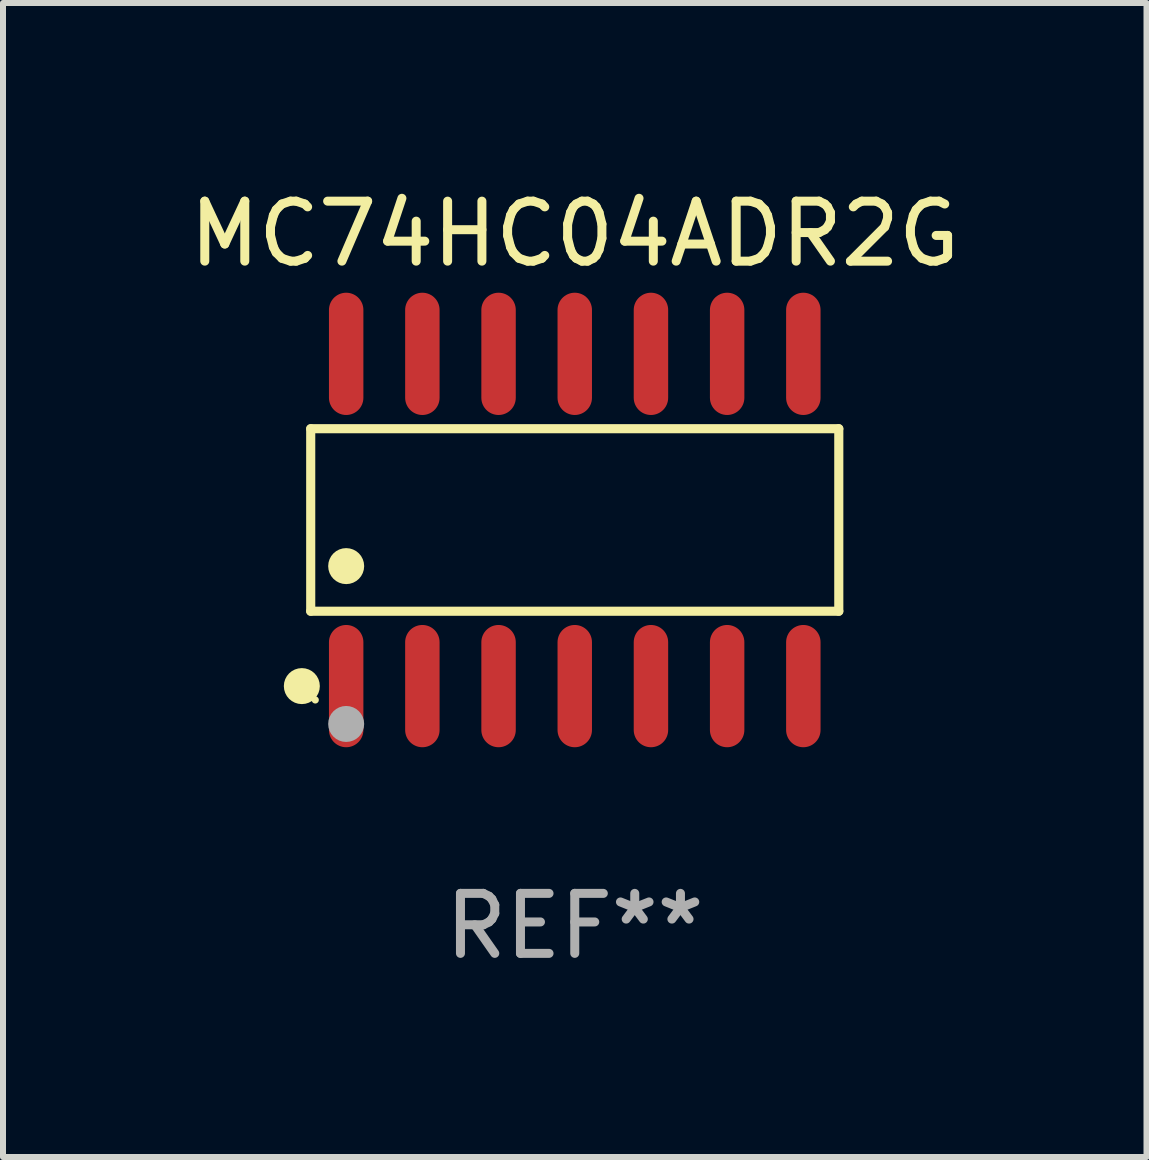
<source format=kicad_pcb>
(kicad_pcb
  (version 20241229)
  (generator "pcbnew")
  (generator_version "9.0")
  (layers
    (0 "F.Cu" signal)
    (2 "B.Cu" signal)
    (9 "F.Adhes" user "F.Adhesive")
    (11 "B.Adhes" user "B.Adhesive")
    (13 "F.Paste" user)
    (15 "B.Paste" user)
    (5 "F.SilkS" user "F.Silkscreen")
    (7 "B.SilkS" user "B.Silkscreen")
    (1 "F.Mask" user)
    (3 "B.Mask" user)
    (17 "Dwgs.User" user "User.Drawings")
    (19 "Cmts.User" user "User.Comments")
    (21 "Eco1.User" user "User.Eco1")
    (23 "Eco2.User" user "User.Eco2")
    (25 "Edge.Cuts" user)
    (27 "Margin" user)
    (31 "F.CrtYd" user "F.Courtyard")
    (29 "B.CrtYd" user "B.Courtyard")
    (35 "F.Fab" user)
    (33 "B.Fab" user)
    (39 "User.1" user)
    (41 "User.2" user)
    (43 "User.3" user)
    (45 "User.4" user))
  (footprint "MC74HC04ADR2G"
    (layer "F.Cu")
    (at 6.53 5.617)
    (property "Reference" "MC74HC04ADR2G" (at 0 -4.769 0) (layer "F.SilkS") (effects (font (size 1 1) (thickness 0.15))))
    (attr through_hole)
    (fp_line (start -4.401 -1.521) (end 4.401 -1.521) (stroke (width 0.152) (type solid)) (layer "F.SilkS"))
    (fp_line (start -4.401 1.521) (end -4.401 -1.521) (stroke (width 0.152) (type solid)) (layer "F.SilkS"))
    (fp_line (start 4.401 -1.521) (end 4.401 1.521) (stroke (width 0.152) (type solid)) (layer "F.SilkS"))
    (fp_line (start 4.401 1.521) (end -4.401 1.521) (stroke (width 0.152) (type solid)) (layer "F.SilkS"))
    (fp_circle (center -4.549 2.769) (end -4.399 2.769) (stroke (width 0.3) (type solid)) (fill no) (layer "F.SilkS"))
    (fp_circle (center -4.325 3) (end -4.295 3) (stroke (width 0.06) (type solid)) (fill no) (layer "F.SilkS"))
    (fp_circle (center -3.81 0.769) (end -3.66 0.769) (stroke (width 0.3) (type solid)) (fill no) (layer "F.SilkS"))
    (fp_circle (center -3.81 3.4) (end -3.66 3.4) (stroke (width 0.3) (type solid)) (fill no) (layer "F.Fab"))
    (fp_text user "REF**" (at 0 6.769 0) (layer "F.Fab") (effects (font (size 1 1) (thickness 0.15))))
    (pad "1" smd oval (at -3.81 2.769) (size 0.574 2.038) (layers "F.Cu" "F.Mask" "F.Paste"))
    (pad "2" smd oval (at -2.54 2.769) (size 0.574 2.038) (layers "F.Cu" "F.Mask" "F.Paste"))
    (pad "3" smd oval (at -1.27 2.769) (size 0.574 2.038) (layers "F.Cu" "F.Mask" "F.Paste"))
    (pad "4" smd oval (at 0 2.769) (size 0.574 2.038) (layers "F.Cu" "F.Mask" "F.Paste"))
    (pad "5" smd oval (at 1.27 2.769) (size 0.574 2.038) (layers "F.Cu" "F.Mask" "F.Paste"))
    (pad "6" smd oval (at 2.54 2.769) (size 0.574 2.038) (layers "F.Cu" "F.Mask" "F.Paste"))
    (pad "7" smd oval (at 3.81 2.769) (size 0.574 2.038) (layers "F.Cu" "F.Mask" "F.Paste"))
    (pad "8" smd oval (at 3.81 -2.769) (size 0.574 2.038) (layers "F.Cu" "F.Mask" "F.Paste"))
    (pad "9" smd oval (at 2.54 -2.769) (size 0.574 2.038) (layers "F.Cu" "F.Mask" "F.Paste"))
    (pad "10" smd oval (at 1.27 -2.769) (size 0.574 2.038) (layers "F.Cu" "F.Mask" "F.Paste"))
    (pad "11" smd oval (at 0 -2.769) (size 0.574 2.038) (layers "F.Cu" "F.Mask" "F.Paste"))
    (pad "12" smd oval (at -1.27 -2.769) (size 0.574 2.038) (layers "F.Cu" "F.Mask" "F.Paste"))
    (pad "13" smd oval (at -2.54 -2.769) (size 0.574 2.038) (layers "F.Cu" "F.Mask" "F.Paste"))
    (pad "14" smd oval (at -3.81 -2.769) (size 0.574 2.038) (layers "F.Cu" "F.Mask" "F.Paste")))
  (gr_rect
    (start -3 -3)
    (end 16.06 16.235)
    (stroke (width 0.1) (type default))
    (fill no)
    (layer "Edge.Cuts")))
</source>
